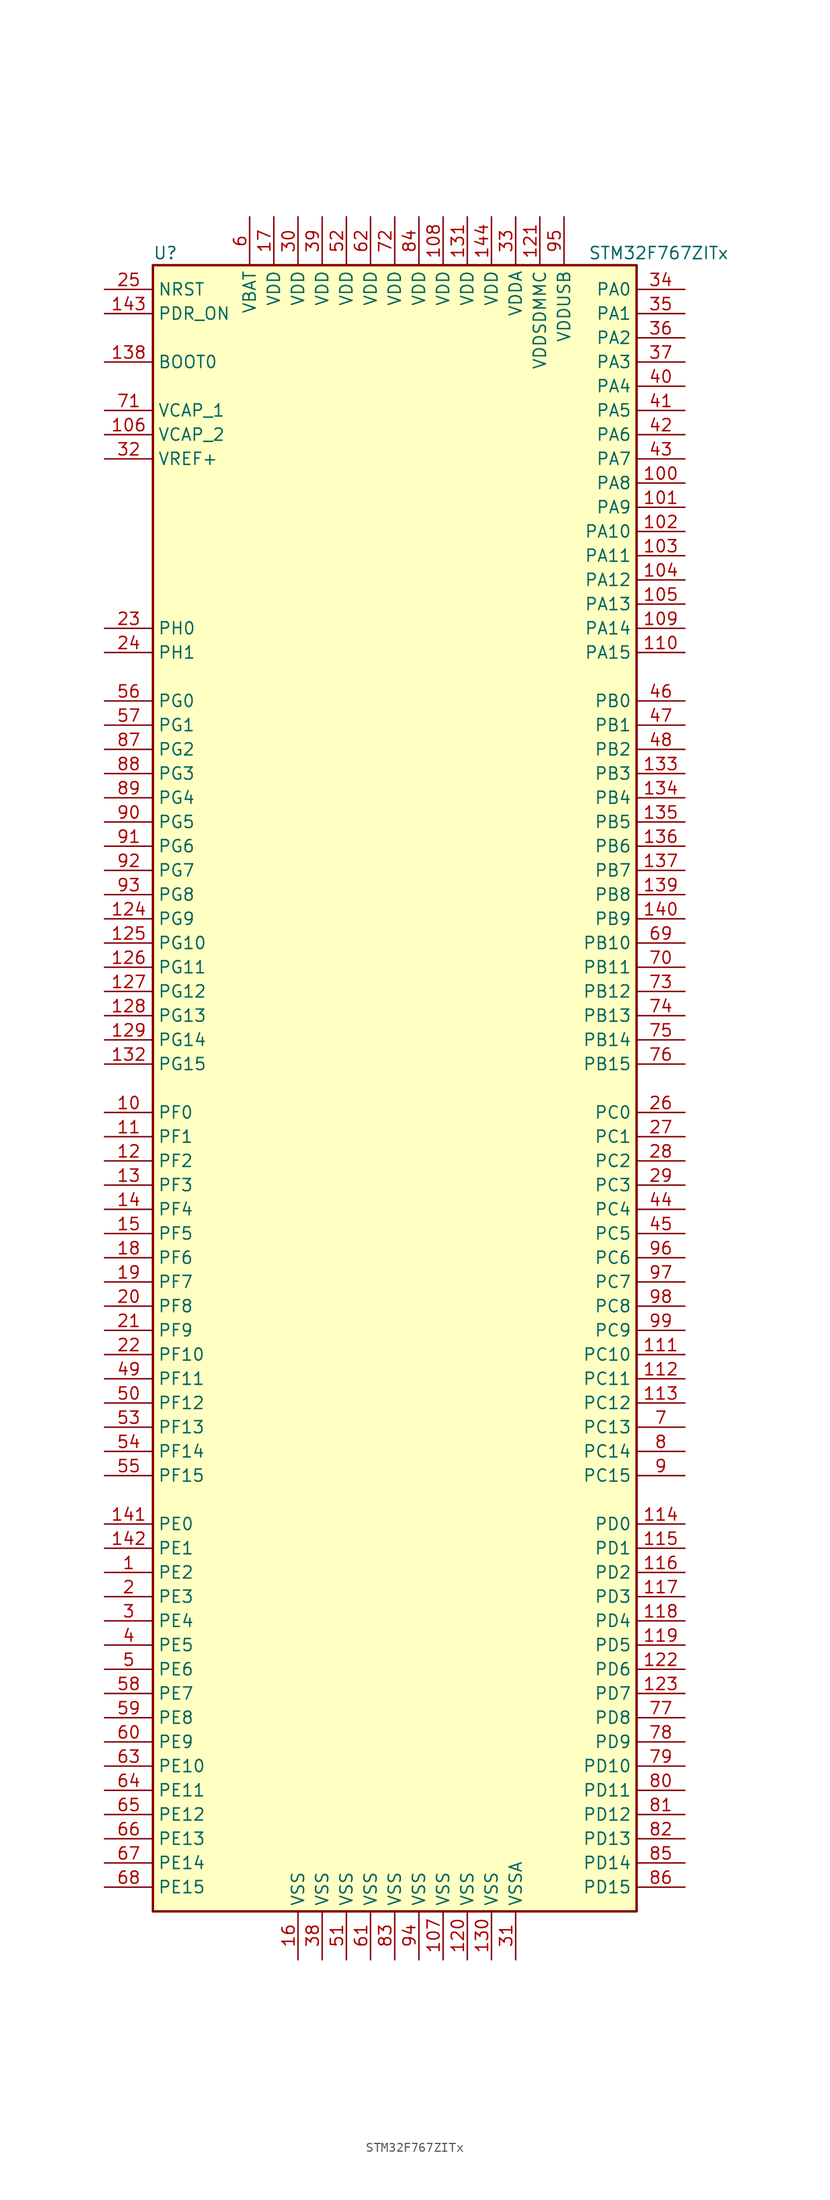
<source format=kicad_sym>
(kicad_symbol_lib
  (version 20211014)
  (generator kicad_symbol_editor)
  (symbol "STM32F767ZITx"
    (property "Reference" "U"
      (at -25.4 87.63 0)
      (effects (font (size 1.27 1.27)) (justify left)))
    (property "Value" "STM32F767ZITx"
      (at 20.32 87.63 0)
      (effects (font (size 1.27 1.27)) (justify left)))
    (symbol "STM32F767ZITx_0_1"
      (rectangle (start -25.4 -86.36) (end 25.4 86.36) (stroke (width 0.254) (type default) (color 0 0 0 0)) (fill (type background))))
    (symbol "STM32F767ZITx_1_1"
      (pin bidirectional line (at -30.48 -50.8 0) (length 5.08) (name "PE2" (effects (font (size 1.27 1.27)))) (number "1" (effects (font (size 1.27 1.27)))))
      (pin bidirectional line (at -30.48 -2.54 0) (length 5.08) (name "PF0" (effects (font (size 1.27 1.27)))) (number "10" (effects (font (size 1.27 1.27)))))
      (pin bidirectional line (at 30.48 63.5 180) (length 5.08) (name "PA8" (effects (font (size 1.27 1.27)))) (number "100" (effects (font (size 1.27 1.27)))))
      (pin bidirectional line (at 30.48 60.96 180) (length 5.08) (name "PA9" (effects (font (size 1.27 1.27)))) (number "101" (effects (font (size 1.27 1.27)))))
      (pin bidirectional line (at 30.48 58.42 180) (length 5.08) (name "PA10" (effects (font (size 1.27 1.27)))) (number "102" (effects (font (size 1.27 1.27)))))
      (pin bidirectional line (at 30.48 55.88 180) (length 5.08) (name "PA11" (effects (font (size 1.27 1.27)))) (number "103" (effects (font (size 1.27 1.27)))))
      (pin bidirectional line (at 30.48 53.34 180) (length 5.08) (name "PA12" (effects (font (size 1.27 1.27)))) (number "104" (effects (font (size 1.27 1.27)))))
      (pin bidirectional line (at 30.48 50.8 180) (length 5.08) (name "PA13" (effects (font (size 1.27 1.27)))) (number "105" (effects (font (size 1.27 1.27)))))
      (pin power_in line (at -30.48 68.58 0) (length 5.08) (name "VCAP_2" (effects (font (size 1.27 1.27)))) (number "106" (effects (font (size 1.27 1.27)))))
      (pin power_in line (at 5.08 -91.44 90) (length 5.08) (name "VSS" (effects (font (size 1.27 1.27)))) (number "107" (effects (font (size 1.27 1.27)))))
      (pin power_in line (at 5.08 91.44 270) (length 5.08) (name "VDD" (effects (font (size 1.27 1.27)))) (number "108" (effects (font (size 1.27 1.27)))))
      (pin bidirectional line (at 30.48 48.26 180) (length 5.08) (name "PA14" (effects (font (size 1.27 1.27)))) (number "109" (effects (font (size 1.27 1.27)))))
      (pin bidirectional line (at -30.48 -5.08 0) (length 5.08) (name "PF1" (effects (font (size 1.27 1.27)))) (number "11" (effects (font (size 1.27 1.27)))))
      (pin bidirectional line (at 30.48 45.72 180) (length 5.08) (name "PA15" (effects (font (size 1.27 1.27)))) (number "110" (effects (font (size 1.27 1.27)))))
      (pin bidirectional line (at 30.48 -27.94 180) (length 5.08) (name "PC10" (effects (font (size 1.27 1.27)))) (number "111" (effects (font (size 1.27 1.27)))))
      (pin bidirectional line (at 30.48 -30.48 180) (length 5.08) (name "PC11" (effects (font (size 1.27 1.27)))) (number "112" (effects (font (size 1.27 1.27)))))
      (pin bidirectional line (at 30.48 -33.02 180) (length 5.08) (name "PC12" (effects (font (size 1.27 1.27)))) (number "113" (effects (font (size 1.27 1.27)))))
      (pin bidirectional line (at 30.48 -45.72 180) (length 5.08) (name "PD0" (effects (font (size 1.27 1.27)))) (number "114" (effects (font (size 1.27 1.27)))))
      (pin bidirectional line (at 30.48 -48.26 180) (length 5.08) (name "PD1" (effects (font (size 1.27 1.27)))) (number "115" (effects (font (size 1.27 1.27)))))
      (pin bidirectional line (at 30.48 -50.8 180) (length 5.08) (name "PD2" (effects (font (size 1.27 1.27)))) (number "116" (effects (font (size 1.27 1.27)))))
      (pin bidirectional line (at 30.48 -53.34 180) (length 5.08) (name "PD3" (effects (font (size 1.27 1.27)))) (number "117" (effects (font (size 1.27 1.27)))))
      (pin bidirectional line (at 30.48 -55.88 180) (length 5.08) (name "PD4" (effects (font (size 1.27 1.27)))) (number "118" (effects (font (size 1.27 1.27)))))
      (pin bidirectional line (at 30.48 -58.42 180) (length 5.08) (name "PD5" (effects (font (size 1.27 1.27)))) (number "119" (effects (font (size 1.27 1.27)))))
      (pin bidirectional line (at -30.48 -7.62 0) (length 5.08) (name "PF2" (effects (font (size 1.27 1.27)))) (number "12" (effects (font (size 1.27 1.27)))))
      (pin power_in line (at 7.62 -91.44 90) (length 5.08) (name "VSS" (effects (font (size 1.27 1.27)))) (number "120" (effects (font (size 1.27 1.27)))))
      (pin power_in line (at 15.24 91.44 270) (length 5.08) (name "VDDSDMMC" (effects (font (size 1.27 1.27)))) (number "121" (effects (font (size 1.27 1.27)))))
      (pin bidirectional line (at 30.48 -60.96 180) (length 5.08) (name "PD6" (effects (font (size 1.27 1.27)))) (number "122" (effects (font (size 1.27 1.27)))))
      (pin bidirectional line (at 30.48 -63.5 180) (length 5.08) (name "PD7" (effects (font (size 1.27 1.27)))) (number "123" (effects (font (size 1.27 1.27)))))
      (pin bidirectional line (at -30.48 17.78 0) (length 5.08) (name "PG9" (effects (font (size 1.27 1.27)))) (number "124" (effects (font (size 1.27 1.27)))))
      (pin bidirectional line (at -30.48 15.24 0) (length 5.08) (name "PG10" (effects (font (size 1.27 1.27)))) (number "125" (effects (font (size 1.27 1.27)))))
      (pin bidirectional line (at -30.48 12.7 0) (length 5.08) (name "PG11" (effects (font (size 1.27 1.27)))) (number "126" (effects (font (size 1.27 1.27)))))
      (pin bidirectional line (at -30.48 10.16 0) (length 5.08) (name "PG12" (effects (font (size 1.27 1.27)))) (number "127" (effects (font (size 1.27 1.27)))))
      (pin bidirectional line (at -30.48 7.62 0) (length 5.08) (name "PG13" (effects (font (size 1.27 1.27)))) (number "128" (effects (font (size 1.27 1.27)))))
      (pin bidirectional line (at -30.48 5.08 0) (length 5.08) (name "PG14" (effects (font (size 1.27 1.27)))) (number "129" (effects (font (size 1.27 1.27)))))
      (pin bidirectional line (at -30.48 -10.16 0) (length 5.08) (name "PF3" (effects (font (size 1.27 1.27)))) (number "13" (effects (font (size 1.27 1.27)))))
      (pin power_in line (at 10.16 -91.44 90) (length 5.08) (name "VSS" (effects (font (size 1.27 1.27)))) (number "130" (effects (font (size 1.27 1.27)))))
      (pin power_in line (at 7.62 91.44 270) (length 5.08) (name "VDD" (effects (font (size 1.27 1.27)))) (number "131" (effects (font (size 1.27 1.27)))))
      (pin bidirectional line (at -30.48 2.54 0) (length 5.08) (name "PG15" (effects (font (size 1.27 1.27)))) (number "132" (effects (font (size 1.27 1.27)))))
      (pin bidirectional line (at 30.48 33.02 180) (length 5.08) (name "PB3" (effects (font (size 1.27 1.27)))) (number "133" (effects (font (size 1.27 1.27)))))
      (pin bidirectional line (at 30.48 30.48 180) (length 5.08) (name "PB4" (effects (font (size 1.27 1.27)))) (number "134" (effects (font (size 1.27 1.27)))))
      (pin bidirectional line (at 30.48 27.94 180) (length 5.08) (name "PB5" (effects (font (size 1.27 1.27)))) (number "135" (effects (font (size 1.27 1.27)))))
      (pin bidirectional line (at 30.48 25.4 180) (length 5.08) (name "PB6" (effects (font (size 1.27 1.27)))) (number "136" (effects (font (size 1.27 1.27)))))
      (pin bidirectional line (at 30.48 22.86 180) (length 5.08) (name "PB7" (effects (font (size 1.27 1.27)))) (number "137" (effects (font (size 1.27 1.27)))))
      (pin input line (at -30.48 76.2 0) (length 5.08) (name "BOOT0" (effects (font (size 1.27 1.27)))) (number "138" (effects (font (size 1.27 1.27)))))
      (pin bidirectional line (at 30.48 20.32 180) (length 5.08) (name "PB8" (effects (font (size 1.27 1.27)))) (number "139" (effects (font (size 1.27 1.27)))))
      (pin bidirectional line (at -30.48 -12.7 0) (length 5.08) (name "PF4" (effects (font (size 1.27 1.27)))) (number "14" (effects (font (size 1.27 1.27)))))
      (pin bidirectional line (at 30.48 17.78 180) (length 5.08) (name "PB9" (effects (font (size 1.27 1.27)))) (number "140" (effects (font (size 1.27 1.27)))))
      (pin bidirectional line (at -30.48 -45.72 0) (length 5.08) (name "PE0" (effects (font (size 1.27 1.27)))) (number "141" (effects (font (size 1.27 1.27)))))
      (pin bidirectional line (at -30.48 -48.26 0) (length 5.08) (name "PE1" (effects (font (size 1.27 1.27)))) (number "142" (effects (font (size 1.27 1.27)))))
      (pin input line (at -30.48 81.28 0) (length 5.08) (name "PDR_ON" (effects (font (size 1.27 1.27)))) (number "143" (effects (font (size 1.27 1.27)))))
      (pin power_in line (at 10.16 91.44 270) (length 5.08) (name "VDD" (effects (font (size 1.27 1.27)))) (number "144" (effects (font (size 1.27 1.27)))))
      (pin bidirectional line (at -30.48 -15.24 0) (length 5.08) (name "PF5" (effects (font (size 1.27 1.27)))) (number "15" (effects (font (size 1.27 1.27)))))
      (pin power_in line (at -10.16 -91.44 90) (length 5.08) (name "VSS" (effects (font (size 1.27 1.27)))) (number "16" (effects (font (size 1.27 1.27)))))
      (pin power_in line (at -12.7 91.44 270) (length 5.08) (name "VDD" (effects (font (size 1.27 1.27)))) (number "17" (effects (font (size 1.27 1.27)))))
      (pin bidirectional line (at -30.48 -17.78 0) (length 5.08) (name "PF6" (effects (font (size 1.27 1.27)))) (number "18" (effects (font (size 1.27 1.27)))))
      (pin bidirectional line (at -30.48 -20.32 0) (length 5.08) (name "PF7" (effects (font (size 1.27 1.27)))) (number "19" (effects (font (size 1.27 1.27)))))
      (pin bidirectional line (at -30.48 -53.34 0) (length 5.08) (name "PE3" (effects (font (size 1.27 1.27)))) (number "2" (effects (font (size 1.27 1.27)))))
      (pin bidirectional line (at -30.48 -22.86 0) (length 5.08) (name "PF8" (effects (font (size 1.27 1.27)))) (number "20" (effects (font (size 1.27 1.27)))))
      (pin bidirectional line (at -30.48 -25.4 0) (length 5.08) (name "PF9" (effects (font (size 1.27 1.27)))) (number "21" (effects (font (size 1.27 1.27)))))
      (pin bidirectional line (at -30.48 -27.94 0) (length 5.08) (name "PF10" (effects (font (size 1.27 1.27)))) (number "22" (effects (font (size 1.27 1.27)))))
      (pin input line (at -30.48 48.26 0) (length 5.08) (name "PH0" (effects (font (size 1.27 1.27)))) (number "23" (effects (font (size 1.27 1.27)))))
      (pin input line (at -30.48 45.72 0) (length 5.08) (name "PH1" (effects (font (size 1.27 1.27)))) (number "24" (effects (font (size 1.27 1.27)))))
      (pin input line (at -30.48 83.82 0) (length 5.08) (name "NRST" (effects (font (size 1.27 1.27)))) (number "25" (effects (font (size 1.27 1.27)))))
      (pin bidirectional line (at 30.48 -2.54 180) (length 5.08) (name "PC0" (effects (font (size 1.27 1.27)))) (number "26" (effects (font (size 1.27 1.27)))))
      (pin bidirectional line (at 30.48 -5.08 180) (length 5.08) (name "PC1" (effects (font (size 1.27 1.27)))) (number "27" (effects (font (size 1.27 1.27)))))
      (pin bidirectional line (at 30.48 -7.62 180) (length 5.08) (name "PC2" (effects (font (size 1.27 1.27)))) (number "28" (effects (font (size 1.27 1.27)))))
      (pin bidirectional line (at 30.48 -10.16 180) (length 5.08) (name "PC3" (effects (font (size 1.27 1.27)))) (number "29" (effects (font (size 1.27 1.27)))))
      (pin bidirectional line (at -30.48 -55.88 0) (length 5.08) (name "PE4" (effects (font (size 1.27 1.27)))) (number "3" (effects (font (size 1.27 1.27)))))
      (pin power_in line (at -10.16 91.44 270) (length 5.08) (name "VDD" (effects (font (size 1.27 1.27)))) (number "30" (effects (font (size 1.27 1.27)))))
      (pin power_in line (at 12.7 -91.44 90) (length 5.08) (name "VSSA" (effects (font (size 1.27 1.27)))) (number "31" (effects (font (size 1.27 1.27)))))
      (pin power_in line (at -30.48 66.04 0) (length 5.08) (name "VREF+" (effects (font (size 1.27 1.27)))) (number "32" (effects (font (size 1.27 1.27)))))
      (pin power_in line (at 12.7 91.44 270) (length 5.08) (name "VDDA" (effects (font (size 1.27 1.27)))) (number "33" (effects (font (size 1.27 1.27)))))
      (pin bidirectional line (at 30.48 83.82 180) (length 5.08) (name "PA0" (effects (font (size 1.27 1.27)))) (number "34" (effects (font (size 1.27 1.27)))))
      (pin bidirectional line (at 30.48 81.28 180) (length 5.08) (name "PA1" (effects (font (size 1.27 1.27)))) (number "35" (effects (font (size 1.27 1.27)))))
      (pin bidirectional line (at 30.48 78.74 180) (length 5.08) (name "PA2" (effects (font (size 1.27 1.27)))) (number "36" (effects (font (size 1.27 1.27)))))
      (pin bidirectional line (at 30.48 76.2 180) (length 5.08) (name "PA3" (effects (font (size 1.27 1.27)))) (number "37" (effects (font (size 1.27 1.27)))))
      (pin power_in line (at -7.62 -91.44 90) (length 5.08) (name "VSS" (effects (font (size 1.27 1.27)))) (number "38" (effects (font (size 1.27 1.27)))))
      (pin power_in line (at -7.62 91.44 270) (length 5.08) (name "VDD" (effects (font (size 1.27 1.27)))) (number "39" (effects (font (size 1.27 1.27)))))
      (pin bidirectional line (at -30.48 -58.42 0) (length 5.08) (name "PE5" (effects (font (size 1.27 1.27)))) (number "4" (effects (font (size 1.27 1.27)))))
      (pin bidirectional line (at 30.48 73.66 180) (length 5.08) (name "PA4" (effects (font (size 1.27 1.27)))) (number "40" (effects (font (size 1.27 1.27)))))
      (pin bidirectional line (at 30.48 71.12 180) (length 5.08) (name "PA5" (effects (font (size 1.27 1.27)))) (number "41" (effects (font (size 1.27 1.27)))))
      (pin bidirectional line (at 30.48 68.58 180) (length 5.08) (name "PA6" (effects (font (size 1.27 1.27)))) (number "42" (effects (font (size 1.27 1.27)))))
      (pin bidirectional line (at 30.48 66.04 180) (length 5.08) (name "PA7" (effects (font (size 1.27 1.27)))) (number "43" (effects (font (size 1.27 1.27)))))
      (pin bidirectional line (at 30.48 -12.7 180) (length 5.08) (name "PC4" (effects (font (size 1.27 1.27)))) (number "44" (effects (font (size 1.27 1.27)))))
      (pin bidirectional line (at 30.48 -15.24 180) (length 5.08) (name "PC5" (effects (font (size 1.27 1.27)))) (number "45" (effects (font (size 1.27 1.27)))))
      (pin bidirectional line (at 30.48 40.64 180) (length 5.08) (name "PB0" (effects (font (size 1.27 1.27)))) (number "46" (effects (font (size 1.27 1.27)))))
      (pin bidirectional line (at 30.48 38.1 180) (length 5.08) (name "PB1" (effects (font (size 1.27 1.27)))) (number "47" (effects (font (size 1.27 1.27)))))
      (pin bidirectional line (at 30.48 35.56 180) (length 5.08) (name "PB2" (effects (font (size 1.27 1.27)))) (number "48" (effects (font (size 1.27 1.27)))))
      (pin bidirectional line (at -30.48 -30.48 0) (length 5.08) (name "PF11" (effects (font (size 1.27 1.27)))) (number "49" (effects (font (size 1.27 1.27)))))
      (pin bidirectional line (at -30.48 -60.96 0) (length 5.08) (name "PE6" (effects (font (size 1.27 1.27)))) (number "5" (effects (font (size 1.27 1.27)))))
      (pin bidirectional line (at -30.48 -33.02 0) (length 5.08) (name "PF12" (effects (font (size 1.27 1.27)))) (number "50" (effects (font (size 1.27 1.27)))))
      (pin power_in line (at -5.08 -91.44 90) (length 5.08) (name "VSS" (effects (font (size 1.27 1.27)))) (number "51" (effects (font (size 1.27 1.27)))))
      (pin power_in line (at -5.08 91.44 270) (length 5.08) (name "VDD" (effects (font (size 1.27 1.27)))) (number "52" (effects (font (size 1.27 1.27)))))
      (pin bidirectional line (at -30.48 -35.56 0) (length 5.08) (name "PF13" (effects (font (size 1.27 1.27)))) (number "53" (effects (font (size 1.27 1.27)))))
      (pin bidirectional line (at -30.48 -38.1 0) (length 5.08) (name "PF14" (effects (font (size 1.27 1.27)))) (number "54" (effects (font (size 1.27 1.27)))))
      (pin bidirectional line (at -30.48 -40.64 0) (length 5.08) (name "PF15" (effects (font (size 1.27 1.27)))) (number "55" (effects (font (size 1.27 1.27)))))
      (pin bidirectional line (at -30.48 40.64 0) (length 5.08) (name "PG0" (effects (font (size 1.27 1.27)))) (number "56" (effects (font (size 1.27 1.27)))))
      (pin bidirectional line (at -30.48 38.1 0) (length 5.08) (name "PG1" (effects (font (size 1.27 1.27)))) (number "57" (effects (font (size 1.27 1.27)))))
      (pin bidirectional line (at -30.48 -63.5 0) (length 5.08) (name "PE7" (effects (font (size 1.27 1.27)))) (number "58" (effects (font (size 1.27 1.27)))))
      (pin bidirectional line (at -30.48 -66.04 0) (length 5.08) (name "PE8" (effects (font (size 1.27 1.27)))) (number "59" (effects (font (size 1.27 1.27)))))
      (pin power_in line (at -15.24 91.44 270) (length 5.08) (name "VBAT" (effects (font (size 1.27 1.27)))) (number "6" (effects (font (size 1.27 1.27)))))
      (pin bidirectional line (at -30.48 -68.58 0) (length 5.08) (name "PE9" (effects (font (size 1.27 1.27)))) (number "60" (effects (font (size 1.27 1.27)))))
      (pin power_in line (at -2.54 -91.44 90) (length 5.08) (name "VSS" (effects (font (size 1.27 1.27)))) (number "61" (effects (font (size 1.27 1.27)))))
      (pin power_in line (at -2.54 91.44 270) (length 5.08) (name "VDD" (effects (font (size 1.27 1.27)))) (number "62" (effects (font (size 1.27 1.27)))))
      (pin bidirectional line (at -30.48 -71.12 0) (length 5.08) (name "PE10" (effects (font (size 1.27 1.27)))) (number "63" (effects (font (size 1.27 1.27)))))
      (pin bidirectional line (at -30.48 -73.66 0) (length 5.08) (name "PE11" (effects (font (size 1.27 1.27)))) (number "64" (effects (font (size 1.27 1.27)))))
      (pin bidirectional line (at -30.48 -76.2 0) (length 5.08) (name "PE12" (effects (font (size 1.27 1.27)))) (number "65" (effects (font (size 1.27 1.27)))))
      (pin bidirectional line (at -30.48 -78.74 0) (length 5.08) (name "PE13" (effects (font (size 1.27 1.27)))) (number "66" (effects (font (size 1.27 1.27)))))
      (pin bidirectional line (at -30.48 -81.28 0) (length 5.08) (name "PE14" (effects (font (size 1.27 1.27)))) (number "67" (effects (font (size 1.27 1.27)))))
      (pin bidirectional line (at -30.48 -83.82 0) (length 5.08) (name "PE15" (effects (font (size 1.27 1.27)))) (number "68" (effects (font (size 1.27 1.27)))))
      (pin bidirectional line (at 30.48 15.24 180) (length 5.08) (name "PB10" (effects (font (size 1.27 1.27)))) (number "69" (effects (font (size 1.27 1.27)))))
      (pin bidirectional line (at 30.48 -35.56 180) (length 5.08) (name "PC13" (effects (font (size 1.27 1.27)))) (number "7" (effects (font (size 1.27 1.27)))))
      (pin bidirectional line (at 30.48 12.7 180) (length 5.08) (name "PB11" (effects (font (size 1.27 1.27)))) (number "70" (effects (font (size 1.27 1.27)))))
      (pin power_in line (at -30.48 71.12 0) (length 5.08) (name "VCAP_1" (effects (font (size 1.27 1.27)))) (number "71" (effects (font (size 1.27 1.27)))))
      (pin power_in line (at 0 91.44 270) (length 5.08) (name "VDD" (effects (font (size 1.27 1.27)))) (number "72" (effects (font (size 1.27 1.27)))))
      (pin bidirectional line (at 30.48 10.16 180) (length 5.08) (name "PB12" (effects (font (size 1.27 1.27)))) (number "73" (effects (font (size 1.27 1.27)))))
      (pin bidirectional line (at 30.48 7.62 180) (length 5.08) (name "PB13" (effects (font (size 1.27 1.27)))) (number "74" (effects (font (size 1.27 1.27)))))
      (pin bidirectional line (at 30.48 5.08 180) (length 5.08) (name "PB14" (effects (font (size 1.27 1.27)))) (number "75" (effects (font (size 1.27 1.27)))))
      (pin bidirectional line (at 30.48 2.54 180) (length 5.08) (name "PB15" (effects (font (size 1.27 1.27)))) (number "76" (effects (font (size 1.27 1.27)))))
      (pin bidirectional line (at 30.48 -66.04 180) (length 5.08) (name "PD8" (effects (font (size 1.27 1.27)))) (number "77" (effects (font (size 1.27 1.27)))))
      (pin bidirectional line (at 30.48 -68.58 180) (length 5.08) (name "PD9" (effects (font (size 1.27 1.27)))) (number "78" (effects (font (size 1.27 1.27)))))
      (pin bidirectional line (at 30.48 -71.12 180) (length 5.08) (name "PD10" (effects (font (size 1.27 1.27)))) (number "79" (effects (font (size 1.27 1.27)))))
      (pin bidirectional line (at 30.48 -38.1 180) (length 5.08) (name "PC14" (effects (font (size 1.27 1.27)))) (number "8" (effects (font (size 1.27 1.27)))))
      (pin bidirectional line (at 30.48 -73.66 180) (length 5.08) (name "PD11" (effects (font (size 1.27 1.27)))) (number "80" (effects (font (size 1.27 1.27)))))
      (pin bidirectional line (at 30.48 -76.2 180) (length 5.08) (name "PD12" (effects (font (size 1.27 1.27)))) (number "81" (effects (font (size 1.27 1.27)))))
      (pin bidirectional line (at 30.48 -78.74 180) (length 5.08) (name "PD13" (effects (font (size 1.27 1.27)))) (number "82" (effects (font (size 1.27 1.27)))))
      (pin power_in line (at 0 -91.44 90) (length 5.08) (name "VSS" (effects (font (size 1.27 1.27)))) (number "83" (effects (font (size 1.27 1.27)))))
      (pin power_in line (at 2.54 91.44 270) (length 5.08) (name "VDD" (effects (font (size 1.27 1.27)))) (number "84" (effects (font (size 1.27 1.27)))))
      (pin bidirectional line (at 30.48 -81.28 180) (length 5.08) (name "PD14" (effects (font (size 1.27 1.27)))) (number "85" (effects (font (size 1.27 1.27)))))
      (pin bidirectional line (at 30.48 -83.82 180) (length 5.08) (name "PD15" (effects (font (size 1.27 1.27)))) (number "86" (effects (font (size 1.27 1.27)))))
      (pin bidirectional line (at -30.48 35.56 0) (length 5.08) (name "PG2" (effects (font (size 1.27 1.27)))) (number "87" (effects (font (size 1.27 1.27)))))
      (pin bidirectional line (at -30.48 33.02 0) (length 5.08) (name "PG3" (effects (font (size 1.27 1.27)))) (number "88" (effects (font (size 1.27 1.27)))))
      (pin bidirectional line (at -30.48 30.48 0) (length 5.08) (name "PG4" (effects (font (size 1.27 1.27)))) (number "89" (effects (font (size 1.27 1.27)))))
      (pin bidirectional line (at 30.48 -40.64 180) (length 5.08) (name "PC15" (effects (font (size 1.27 1.27)))) (number "9" (effects (font (size 1.27 1.27)))))
      (pin bidirectional line (at -30.48 27.94 0) (length 5.08) (name "PG5" (effects (font (size 1.27 1.27)))) (number "90" (effects (font (size 1.27 1.27)))))
      (pin bidirectional line (at -30.48 25.4 0) (length 5.08) (name "PG6" (effects (font (size 1.27 1.27)))) (number "91" (effects (font (size 1.27 1.27)))))
      (pin bidirectional line (at -30.48 22.86 0) (length 5.08) (name "PG7" (effects (font (size 1.27 1.27)))) (number "92" (effects (font (size 1.27 1.27)))))
      (pin bidirectional line (at -30.48 20.32 0) (length 5.08) (name "PG8" (effects (font (size 1.27 1.27)))) (number "93" (effects (font (size 1.27 1.27)))))
      (pin power_in line (at 2.54 -91.44 90) (length 5.08) (name "VSS" (effects (font (size 1.27 1.27)))) (number "94" (effects (font (size 1.27 1.27)))))
      (pin power_in line (at 17.78 91.44 270) (length 5.08) (name "VDDUSB" (effects (font (size 1.27 1.27)))) (number "95" (effects (font (size 1.27 1.27)))))
      (pin bidirectional line (at 30.48 -17.78 180) (length 5.08) (name "PC6" (effects (font (size 1.27 1.27)))) (number "96" (effects (font (size 1.27 1.27)))))
      (pin bidirectional line (at 30.48 -20.32 180) (length 5.08) (name "PC7" (effects (font (size 1.27 1.27)))) (number "97" (effects (font (size 1.27 1.27)))))
      (pin bidirectional line (at 30.48 -22.86 180) (length 5.08) (name "PC8" (effects (font (size 1.27 1.27)))) (number "98" (effects (font (size 1.27 1.27)))))
      (pin bidirectional line (at 30.48 -25.4 180) (length 5.08) (name "PC9" (effects (font (size 1.27 1.27)))) (number "99" (effects (font (size 1.27 1.27))))))))
</source>
